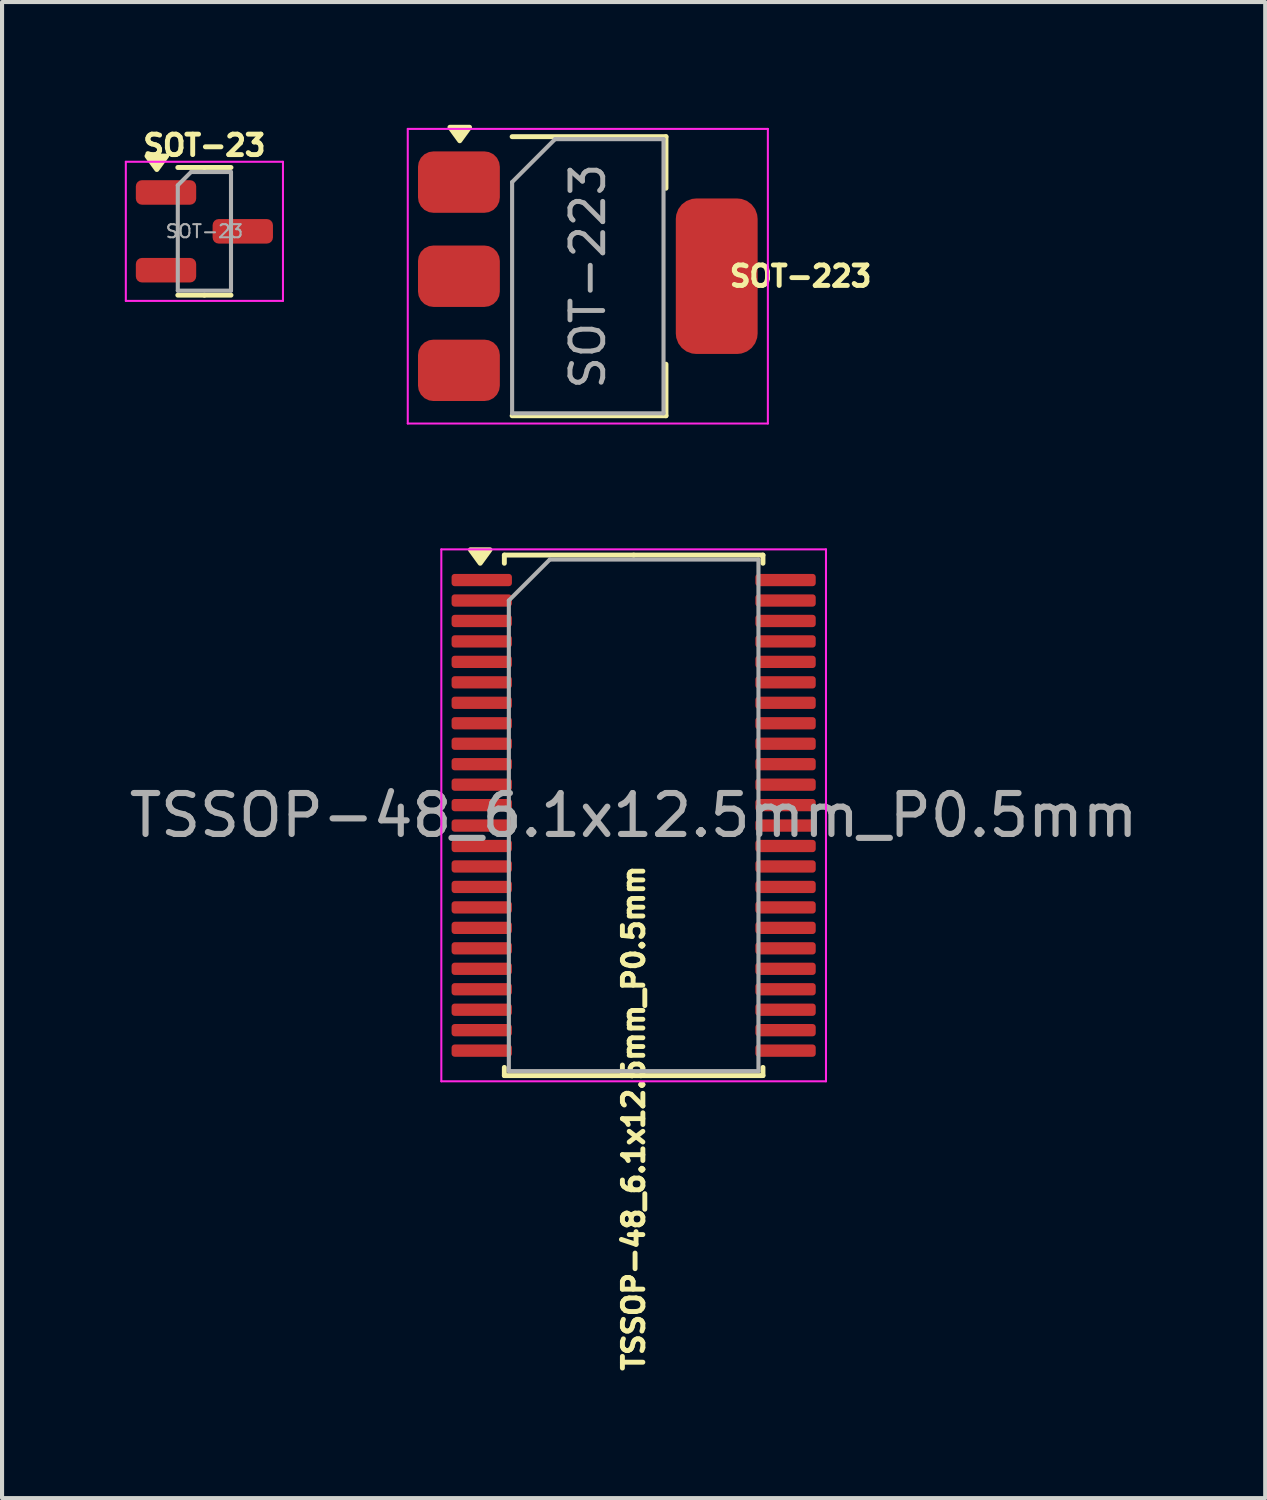
<source format=kicad_pcb>
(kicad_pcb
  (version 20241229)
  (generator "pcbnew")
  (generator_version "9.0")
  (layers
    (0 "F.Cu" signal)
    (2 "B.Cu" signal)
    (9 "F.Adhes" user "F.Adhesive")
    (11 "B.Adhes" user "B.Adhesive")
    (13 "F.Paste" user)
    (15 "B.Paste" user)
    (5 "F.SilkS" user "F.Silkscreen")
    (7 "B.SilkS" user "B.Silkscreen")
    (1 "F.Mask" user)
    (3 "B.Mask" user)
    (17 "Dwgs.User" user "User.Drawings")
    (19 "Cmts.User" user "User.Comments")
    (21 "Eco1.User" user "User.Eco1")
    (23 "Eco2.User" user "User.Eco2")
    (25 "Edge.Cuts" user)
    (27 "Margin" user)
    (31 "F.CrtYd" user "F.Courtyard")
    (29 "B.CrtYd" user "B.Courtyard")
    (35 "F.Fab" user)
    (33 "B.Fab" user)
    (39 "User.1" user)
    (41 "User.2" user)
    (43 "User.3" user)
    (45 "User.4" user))
  (footprint "SOT-223"
    (layer "F.Cu")
    (at 11.315 3.7)
    (property "Reference" "SOT-223" (at 5.2 0 180) (layer "F.SilkS") (effects (font (size 0.5 0.5) (thickness 0.12))))
    (attr smd)
    (fp_line (start -1.85 -3.41) (end 1.91 -3.41) (stroke (width 0.12) (type solid)) (layer "F.SilkS"))
    (fp_line (start -1.85 3.41) (end 1.91 3.41) (stroke (width 0.12) (type solid)) (layer "F.SilkS"))
    (fp_line (start 1.91 -3.41) (end 1.91 -2.15) (stroke (width 0.12) (type solid)) (layer "F.SilkS"))
    (fp_line (start 1.91 3.41) (end 1.91 2.15) (stroke (width 0.12) (type solid)) (layer "F.SilkS"))
    (fp_poly (pts (xy -3.13 -3.31) (xy -3.37 -3.64) (xy -2.89 -3.64) (xy -3.13 -3.31)) (stroke (width 0.12) (type solid)) (fill yes) (layer "F.SilkS"))
    (fp_line (start -4.4 -3.6) (end -4.4 3.6) (stroke (width 0.05) (type solid)) (layer "F.CrtYd"))
    (fp_line (start -4.4 3.6) (end 4.4 3.6) (stroke (width 0.05) (type solid)) (layer "F.CrtYd"))
    (fp_line (start 4.4 -3.6) (end -4.4 -3.6) (stroke (width 0.05) (type solid)) (layer "F.CrtYd"))
    (fp_line (start 4.4 3.6) (end 4.4 -3.6) (stroke (width 0.05) (type solid)) (layer "F.CrtYd"))
    (fp_line (start -1.85 -2.3) (end -1.85 3.35) (stroke (width 0.1) (type solid)) (layer "F.Fab"))
    (fp_line (start -1.85 -2.3) (end -0.8 -3.35) (stroke (width 0.1) (type solid)) (layer "F.Fab"))
    (fp_line (start -1.85 3.35) (end 1.85 3.35) (stroke (width 0.1) (type solid)) (layer "F.Fab"))
    (fp_line (start -0.8 -3.35) (end 1.85 -3.35) (stroke (width 0.1) (type solid)) (layer "F.Fab"))
    (fp_line (start 1.85 -3.35) (end 1.85 3.35) (stroke (width 0.1) (type solid)) (layer "F.Fab"))
    (fp_text user "${REFERENCE}" (at 0 0 270) (layer "F.Fab") (effects (font (size 0.8 0.8) (thickness 0.12))))
    (pad "1" smd roundrect (at -3.15 -2.3) (size 2 1.5) (layers "F.Cu" "F.Mask" "F.Paste") (roundrect_rratio 0.25))
    (pad "2" smd roundrect (at -3.15 0) (size 2 1.5) (layers "F.Cu" "F.Mask" "F.Paste") (roundrect_rratio 0.25))
    (pad "3" smd roundrect (at -3.15 2.3) (size 2 1.5) (layers "F.Cu" "F.Mask" "F.Paste") (roundrect_rratio 0.25))
    (pad "4" smd roundrect (at 3.15 0) (size 2 3.8) (layers "F.Cu" "F.Mask" "F.Paste") (roundrect_rratio 0.25)))
  (footprint "TSSOP-48_6.1x12.5mm_P0.5mm"
    (layer "F.Cu")
    (at 12.435 16.875)
    (property "Reference" "TSSOP-48_6.1x12.5mm_P0.5mm" (at 0 7.4 90) (layer "F.SilkS") (effects (font (size 0.5 0.5) (thickness 0.12))))
    (attr smd)
    (fp_line (start -3.16 -6.36) (end -3.16 -6.16) (stroke (width 0.12) (type solid)) (layer "F.SilkS"))
    (fp_line (start -3.16 6.36) (end -3.16 6.16) (stroke (width 0.12) (type solid)) (layer "F.SilkS"))
    (fp_line (start 0 -6.36) (end -3.16 -6.36) (stroke (width 0.12) (type solid)) (layer "F.SilkS"))
    (fp_line (start 0 -6.36) (end 3.16 -6.36) (stroke (width 0.12) (type solid)) (layer "F.SilkS"))
    (fp_line (start 0 6.36) (end -3.16 6.36) (stroke (width 0.12) (type solid)) (layer "F.SilkS"))
    (fp_line (start 0 6.36) (end 3.16 6.36) (stroke (width 0.12) (type solid)) (layer "F.SilkS"))
    (fp_line (start 3.16 -6.36) (end 3.16 -6.16) (stroke (width 0.12) (type solid)) (layer "F.SilkS"))
    (fp_line (start 3.16 6.36) (end 3.16 6.16) (stroke (width 0.12) (type solid)) (layer "F.SilkS"))
    (fp_poly (pts (xy -3.75 -6.16) (xy -3.99 -6.49) (xy -3.51 -6.49) (xy -3.75 -6.16)) (stroke (width 0.12) (type solid)) (fill yes) (layer "F.SilkS"))
    (fp_line (start -4.7 -6.5) (end -4.7 6.5) (stroke (width 0.05) (type solid)) (layer "F.CrtYd"))
    (fp_line (start -4.7 6.5) (end 4.7 6.5) (stroke (width 0.05) (type solid)) (layer "F.CrtYd"))
    (fp_line (start 4.7 -6.5) (end -4.7 -6.5) (stroke (width 0.05) (type solid)) (layer "F.CrtYd"))
    (fp_line (start 4.7 6.5) (end 4.7 -6.5) (stroke (width 0.05) (type solid)) (layer "F.CrtYd"))
    (fp_line (start -3.05 -5.25) (end -2.05 -6.25) (stroke (width 0.1) (type solid)) (layer "F.Fab"))
    (fp_line (start -3.05 6.25) (end -3.05 -5.25) (stroke (width 0.1) (type solid)) (layer "F.Fab"))
    (fp_line (start -2.05 -6.25) (end 3.05 -6.25) (stroke (width 0.1) (type solid)) (layer "F.Fab"))
    (fp_line (start 3.05 -6.25) (end 3.05 6.25) (stroke (width 0.1) (type solid)) (layer "F.Fab"))
    (fp_line (start 3.05 6.25) (end -3.05 6.25) (stroke (width 0.1) (type solid)) (layer "F.Fab"))
    (fp_text user "${REFERENCE}" (at 0 0 0) (layer "F.Fab") (effects (font (size 1 1) (thickness 0.15))))
    (pad "1" smd roundrect (at -3.712 -5.75) (size 1.475 0.3) (layers "F.Cu" "F.Mask" "F.Paste") (roundrect_rratio 0.25))
    (pad "2" smd roundrect (at -3.712 -5.25) (size 1.475 0.3) (layers "F.Cu" "F.Mask" "F.Paste") (roundrect_rratio 0.25))
    (pad "3" smd roundrect (at -3.712 -4.75) (size 1.475 0.3) (layers "F.Cu" "F.Mask" "F.Paste") (roundrect_rratio 0.25))
    (pad "4" smd roundrect (at -3.712 -4.25) (size 1.475 0.3) (layers "F.Cu" "F.Mask" "F.Paste") (roundrect_rratio 0.25))
    (pad "5" smd roundrect (at -3.712 -3.75) (size 1.475 0.3) (layers "F.Cu" "F.Mask" "F.Paste") (roundrect_rratio 0.25))
    (pad "6" smd roundrect (at -3.712 -3.25) (size 1.475 0.3) (layers "F.Cu" "F.Mask" "F.Paste") (roundrect_rratio 0.25))
    (pad "7" smd roundrect (at -3.712 -2.75) (size 1.475 0.3) (layers "F.Cu" "F.Mask" "F.Paste") (roundrect_rratio 0.25))
    (pad "8" smd roundrect (at -3.712 -2.25) (size 1.475 0.3) (layers "F.Cu" "F.Mask" "F.Paste") (roundrect_rratio 0.25))
    (pad "9" smd roundrect (at -3.712 -1.75) (size 1.475 0.3) (layers "F.Cu" "F.Mask" "F.Paste") (roundrect_rratio 0.25))
    (pad "10" smd roundrect (at -3.712 -1.25) (size 1.475 0.3) (layers "F.Cu" "F.Mask" "F.Paste") (roundrect_rratio 0.25))
    (pad "11" smd roundrect (at -3.712 -0.75) (size 1.475 0.3) (layers "F.Cu" "F.Mask" "F.Paste") (roundrect_rratio 0.25))
    (pad "12" smd roundrect (at -3.712 -0.25) (size 1.475 0.3) (layers "F.Cu" "F.Mask" "F.Paste") (roundrect_rratio 0.25))
    (pad "13" smd roundrect (at -3.712 0.25) (size 1.475 0.3) (layers "F.Cu" "F.Mask" "F.Paste") (roundrect_rratio 0.25))
    (pad "14" smd roundrect (at -3.712 0.75) (size 1.475 0.3) (layers "F.Cu" "F.Mask" "F.Paste") (roundrect_rratio 0.25))
    (pad "15" smd roundrect (at -3.712 1.25) (size 1.475 0.3) (layers "F.Cu" "F.Mask" "F.Paste") (roundrect_rratio 0.25))
    (pad "16" smd roundrect (at -3.712 1.75) (size 1.475 0.3) (layers "F.Cu" "F.Mask" "F.Paste") (roundrect_rratio 0.25))
    (pad "17" smd roundrect (at -3.712 2.25) (size 1.475 0.3) (layers "F.Cu" "F.Mask" "F.Paste") (roundrect_rratio 0.25))
    (pad "18" smd roundrect (at -3.712 2.75) (size 1.475 0.3) (layers "F.Cu" "F.Mask" "F.Paste") (roundrect_rratio 0.25))
    (pad "19" smd roundrect (at -3.712 3.25) (size 1.475 0.3) (layers "F.Cu" "F.Mask" "F.Paste") (roundrect_rratio 0.25))
    (pad "20" smd roundrect (at -3.712 3.75) (size 1.475 0.3) (layers "F.Cu" "F.Mask" "F.Paste") (roundrect_rratio 0.25))
    (pad "21" smd roundrect (at -3.712 4.25) (size 1.475 0.3) (layers "F.Cu" "F.Mask" "F.Paste") (roundrect_rratio 0.25))
    (pad "22" smd roundrect (at -3.712 4.75) (size 1.475 0.3) (layers "F.Cu" "F.Mask" "F.Paste") (roundrect_rratio 0.25))
    (pad "23" smd roundrect (at -3.712 5.25) (size 1.475 0.3) (layers "F.Cu" "F.Mask" "F.Paste") (roundrect_rratio 0.25))
    (pad "24" smd roundrect (at -3.712 5.75) (size 1.475 0.3) (layers "F.Cu" "F.Mask" "F.Paste") (roundrect_rratio 0.25))
    (pad "25" smd roundrect (at 3.712 5.75) (size 1.475 0.3) (layers "F.Cu" "F.Mask" "F.Paste") (roundrect_rratio 0.25))
    (pad "26" smd roundrect (at 3.712 5.25) (size 1.475 0.3) (layers "F.Cu" "F.Mask" "F.Paste") (roundrect_rratio 0.25))
    (pad "27" smd roundrect (at 3.712 4.75) (size 1.475 0.3) (layers "F.Cu" "F.Mask" "F.Paste") (roundrect_rratio 0.25))
    (pad "28" smd roundrect (at 3.712 4.25) (size 1.475 0.3) (layers "F.Cu" "F.Mask" "F.Paste") (roundrect_rratio 0.25))
    (pad "29" smd roundrect (at 3.712 3.75) (size 1.475 0.3) (layers "F.Cu" "F.Mask" "F.Paste") (roundrect_rratio 0.25))
    (pad "30" smd roundrect (at 3.712 3.25) (size 1.475 0.3) (layers "F.Cu" "F.Mask" "F.Paste") (roundrect_rratio 0.25))
    (pad "31" smd roundrect (at 3.712 2.75) (size 1.475 0.3) (layers "F.Cu" "F.Mask" "F.Paste") (roundrect_rratio 0.25))
    (pad "32" smd roundrect (at 3.712 2.25) (size 1.475 0.3) (layers "F.Cu" "F.Mask" "F.Paste") (roundrect_rratio 0.25))
    (pad "33" smd roundrect (at 3.712 1.75) (size 1.475 0.3) (layers "F.Cu" "F.Mask" "F.Paste") (roundrect_rratio 0.25))
    (pad "34" smd roundrect (at 3.712 1.25) (size 1.475 0.3) (layers "F.Cu" "F.Mask" "F.Paste") (roundrect_rratio 0.25))
    (pad "35" smd roundrect (at 3.712 0.75) (size 1.475 0.3) (layers "F.Cu" "F.Mask" "F.Paste") (roundrect_rratio 0.25))
    (pad "36" smd roundrect (at 3.712 0.25) (size 1.475 0.3) (layers "F.Cu" "F.Mask" "F.Paste") (roundrect_rratio 0.25))
    (pad "37" smd roundrect (at 3.712 -0.25) (size 1.475 0.3) (layers "F.Cu" "F.Mask" "F.Paste") (roundrect_rratio 0.25))
    (pad "38" smd roundrect (at 3.712 -0.75) (size 1.475 0.3) (layers "F.Cu" "F.Mask" "F.Paste") (roundrect_rratio 0.25))
    (pad "39" smd roundrect (at 3.712 -1.25) (size 1.475 0.3) (layers "F.Cu" "F.Mask" "F.Paste") (roundrect_rratio 0.25))
    (pad "40" smd roundrect (at 3.712 -1.75) (size 1.475 0.3) (layers "F.Cu" "F.Mask" "F.Paste") (roundrect_rratio 0.25))
    (pad "41" smd roundrect (at 3.712 -2.25) (size 1.475 0.3) (layers "F.Cu" "F.Mask" "F.Paste") (roundrect_rratio 0.25))
    (pad "42" smd roundrect (at 3.712 -2.75) (size 1.475 0.3) (layers "F.Cu" "F.Mask" "F.Paste") (roundrect_rratio 0.25))
    (pad "43" smd roundrect (at 3.712 -3.25) (size 1.475 0.3) (layers "F.Cu" "F.Mask" "F.Paste") (roundrect_rratio 0.25))
    (pad "44" smd roundrect (at 3.712 -3.75) (size 1.475 0.3) (layers "F.Cu" "F.Mask" "F.Paste") (roundrect_rratio 0.25))
    (pad "45" smd roundrect (at 3.712 -4.25) (size 1.475 0.3) (layers "F.Cu" "F.Mask" "F.Paste") (roundrect_rratio 0.25))
    (pad "46" smd roundrect (at 3.712 -4.75) (size 1.475 0.3) (layers "F.Cu" "F.Mask" "F.Paste") (roundrect_rratio 0.25))
    (pad "47" smd roundrect (at 3.712 -5.25) (size 1.475 0.3) (layers "F.Cu" "F.Mask" "F.Paste") (roundrect_rratio 0.25))
    (pad "48" smd roundrect (at 3.712 -5.75) (size 1.475 0.3) (layers "F.Cu" "F.Mask" "F.Paste") (roundrect_rratio 0.25)))
  (footprint "SOT-23"
    (layer "F.Cu")
    (at 1.945 2.603)
    (property "Reference" "SOT-23" (at 0 -2.1 0) (layer "F.SilkS") (effects (font (size 0.5 0.5) (thickness 0.12))))
    (attr smd)
    (fp_line (start 0 -1.56) (end -0.65 -1.56) (stroke (width 0.12) (type solid)) (layer "F.SilkS"))
    (fp_line (start 0 -1.56) (end 0.65 -1.56) (stroke (width 0.12) (type solid)) (layer "F.SilkS"))
    (fp_line (start 0 1.56) (end -0.65 1.56) (stroke (width 0.12) (type solid)) (layer "F.SilkS"))
    (fp_line (start 0 1.56) (end 0.65 1.56) (stroke (width 0.12) (type solid)) (layer "F.SilkS"))
    (fp_poly (pts (xy -1.163 -1.51) (xy -1.403 -1.84) (xy -0.922 -1.84) (xy -1.163 -1.51)) (stroke (width 0.12) (type solid)) (fill yes) (layer "F.SilkS"))
    (fp_line (start -1.92 -1.7) (end -1.92 1.7) (stroke (width 0.05) (type solid)) (layer "F.CrtYd"))
    (fp_line (start -1.92 1.7) (end 1.92 1.7) (stroke (width 0.05) (type solid)) (layer "F.CrtYd"))
    (fp_line (start 1.92 -1.7) (end -1.92 -1.7) (stroke (width 0.05) (type solid)) (layer "F.CrtYd"))
    (fp_line (start 1.92 1.7) (end 1.92 -1.7) (stroke (width 0.05) (type solid)) (layer "F.CrtYd"))
    (fp_line (start -0.65 -1.125) (end -0.325 -1.45) (stroke (width 0.1) (type solid)) (layer "F.Fab"))
    (fp_line (start -0.65 1.45) (end -0.65 -1.125) (stroke (width 0.1) (type solid)) (layer "F.Fab"))
    (fp_line (start -0.325 -1.45) (end 0.65 -1.45) (stroke (width 0.1) (type solid)) (layer "F.Fab"))
    (fp_line (start 0.65 -1.45) (end 0.65 1.45) (stroke (width 0.1) (type solid)) (layer "F.Fab"))
    (fp_line (start 0.65 1.45) (end -0.65 1.45) (stroke (width 0.1) (type solid)) (layer "F.Fab"))
    (fp_text user "${REFERENCE}" (at 0 0 0) (layer "F.Fab") (effects (font (size 0.32 0.32) (thickness 0.05))))
    (pad "1" smd roundrect (at -0.938 -0.95) (size 1.475 0.6) (layers "F.Cu" "F.Mask" "F.Paste") (roundrect_rratio 0.25))
    (pad "2" smd roundrect (at -0.938 0.95) (size 1.475 0.6) (layers "F.Cu" "F.Mask" "F.Paste") (roundrect_rratio 0.25))
    (pad "3" smd roundrect (at 0.938 0) (size 1.475 0.6) (layers "F.Cu" "F.Mask" "F.Paste") (roundrect_rratio 0.25)))
  (gr_rect
    (start -3 -3)
    (end 27.869 33.56)
    (stroke (width 0.1) (type default))
    (fill no)
    (layer "Edge.Cuts")))
</source>
